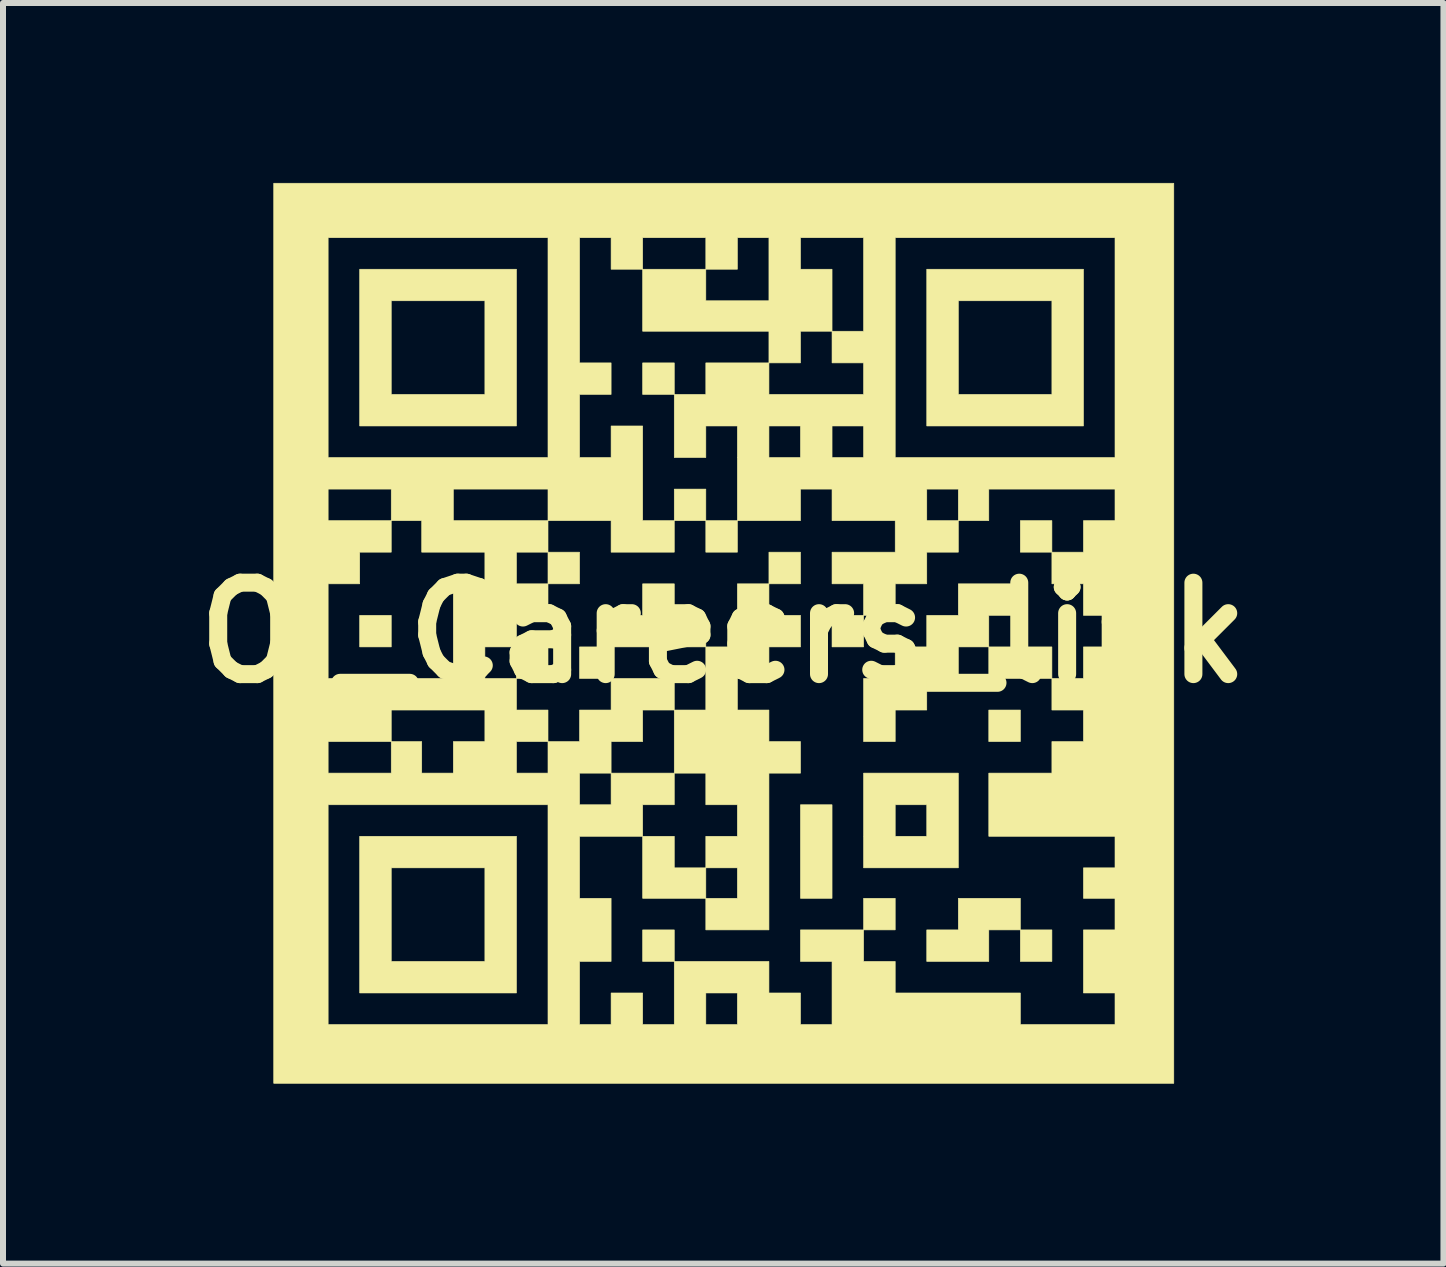
<source format=kicad_pcb>
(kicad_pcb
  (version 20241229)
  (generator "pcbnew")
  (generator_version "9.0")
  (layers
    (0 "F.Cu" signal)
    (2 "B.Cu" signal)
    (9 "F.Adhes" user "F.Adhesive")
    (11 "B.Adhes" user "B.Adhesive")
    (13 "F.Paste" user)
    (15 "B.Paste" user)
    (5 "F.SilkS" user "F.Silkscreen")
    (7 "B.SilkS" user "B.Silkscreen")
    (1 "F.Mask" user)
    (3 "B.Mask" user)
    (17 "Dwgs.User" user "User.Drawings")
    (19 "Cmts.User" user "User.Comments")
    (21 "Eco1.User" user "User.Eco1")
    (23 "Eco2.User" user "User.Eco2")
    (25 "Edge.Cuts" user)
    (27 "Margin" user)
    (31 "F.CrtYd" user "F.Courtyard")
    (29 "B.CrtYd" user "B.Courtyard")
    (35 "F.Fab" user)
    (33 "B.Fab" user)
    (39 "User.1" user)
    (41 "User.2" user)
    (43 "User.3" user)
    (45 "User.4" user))
  (footprint "OI_Careers_link"
    (layer "F.Cu")
    (at 9.006 7.498)
    (property "Reference" "OI_Careers_link" (at 0 0 0) (layer "F.SilkS") (effects (font (size 1.524 1.524) (thickness 0.3))))
    (attr through_hole)
    (fp_poly (pts (xy -5.534 0.236) (xy -6.06 0.236) (xy -6.06 -0.29) (xy -5.534 -0.29) (xy -5.534 0.236)) (stroke (width 0.01) (type solid)) (fill yes) (layer "F.SilkS"))
    (fp_poly (pts (xy -2.921 0.762) (xy -3.447 0.762) (xy -3.447 0.236) (xy -2.921 0.236) (xy -2.921 0.762)) (stroke (width 0.01) (type solid)) (fill yes) (layer "F.SilkS"))
    (fp_poly (pts (xy -2.395 -0.816) (xy -2.921 -0.816) (xy -2.921 -1.343) (xy -2.395 -1.343) (xy -2.395 -0.816)) (stroke (width 0.01) (type solid)) (fill yes) (layer "F.SilkS"))
    (fp_poly (pts (xy -1.869 0.762) (xy -2.395 0.762) (xy -2.395 0.236) (xy -1.869 0.236) (xy -1.869 0.762)) (stroke (width 0.01) (type solid)) (fill yes) (layer "F.SilkS"))
    (fp_poly (pts (xy -0.816 -3.973) (xy -1.343 -3.973) (xy -1.343 -4.499) (xy -0.816 -4.499) (xy -0.816 -3.973)) (stroke (width 0.01) (type solid)) (fill yes) (layer "F.SilkS"))
    (fp_poly (pts (xy -0.816 -1.869) (xy -0.816 -2.395) (xy -0.29 -2.395) (xy -0.29 -1.869) (xy -0.816 -1.869)) (stroke (width 0.01) (type solid)) (fill yes) (layer "F.SilkS"))
    (fp_poly (pts (xy -0.816 5.479) (xy -1.343 5.479) (xy -1.343 4.953) (xy -0.816 4.953) (xy -0.816 5.479)) (stroke (width 0.01) (type solid)) (fill yes) (layer "F.SilkS"))
    (fp_poly (pts (xy 0.236 -1.869) (xy 0.236 -1.343) (xy -0.29 -1.343) (xy -0.29 -1.869) (xy 0.236 -1.869)) (stroke (width 0.01) (type solid)) (fill yes) (layer "F.SilkS"))
    (fp_poly (pts (xy 0.762 -1.343) (xy 1.288 -1.343) (xy 1.288 -0.816) (xy 0.762 -0.816) (xy 0.762 -1.343)) (stroke (width 0.01) (type solid)) (fill yes) (layer "F.SilkS"))
    (fp_poly (pts (xy 1.814 4.427) (xy 1.288 4.427) (xy 1.288 2.867) (xy 1.814 2.867) (xy 1.814 4.427)) (stroke (width 0.01) (type solid)) (fill yes) (layer "F.SilkS"))
    (fp_poly (pts (xy 2.34 0.236) (xy 1.814 0.236) (xy 1.814 -0.29) (xy 2.34 -0.29) (xy 2.34 0.236)) (stroke (width 0.01) (type solid)) (fill yes) (layer "F.SilkS"))
    (fp_poly (pts (xy 2.867 4.953) (xy 2.34 4.953) (xy 2.34 4.427) (xy 2.867 4.427) (xy 2.867 4.953)) (stroke (width 0.01) (type solid)) (fill yes) (layer "F.SilkS"))
    (fp_poly (pts (xy 4.953 1.814) (xy 4.427 1.814) (xy 4.427 1.288) (xy 4.953 1.288) (xy 4.953 1.814)) (stroke (width 0.01) (type solid)) (fill yes) (layer "F.SilkS"))
    (fp_poly (pts (xy 5.479 -1.343) (xy 4.953 -1.343) (xy 4.953 -1.869) (xy 5.479 -1.869) (xy 5.479 -1.343)) (stroke (width 0.01) (type solid)) (fill yes) (layer "F.SilkS"))
    (fp_poly (pts (xy 5.479 0.762) (xy 4.427 0.762) (xy 4.427 0.236) (xy 5.479 0.236) (xy 5.479 0.762)) (stroke (width 0.01) (type solid)) (fill yes) (layer "F.SilkS"))
    (fp_poly (pts (xy 5.479 5.479) (xy 4.953 5.479) (xy 4.953 4.953) (xy 5.479 4.953) (xy 5.479 5.479)) (stroke (width 0.01) (type solid)) (fill yes) (layer "F.SilkS"))
    (fp_poly (pts (xy -1.869 -0.29) (xy -1.343 -0.29) (xy -1.343 -0.816) (xy -0.816 -0.816) (xy -0.816 -0.29) (xy -0.29 -0.29) (xy -0.29 0.236) (xy -1.869 0.236) (xy -1.869 -0.29)) (stroke (width 0.01) (type solid)) (fill yes) (layer "F.SilkS"))
    (fp_poly (pts (xy 4.953 4.953) (xy 4.427 4.953) (xy 4.427 5.479) (xy 3.393 5.479) (xy 3.393 4.953) (xy 3.919 4.953) (xy 3.919 4.427) (xy 4.953 4.427) (xy 4.953 4.953)) (stroke (width 0.01) (type solid)) (fill yes) (layer "F.SilkS"))
    (fp_poly (pts (xy -3.447 -3.447) (xy -6.06 -3.447) (xy -6.06 -5.534) (xy -5.534 -5.534) (xy -5.534 -3.973) (xy -3.973 -3.973) (xy -3.973 -5.534) (xy -5.534 -5.534) (xy -6.06 -5.534) (xy -6.06 -6.06) (xy -3.447 -6.06) (xy -3.447 -3.447)) (stroke (width 0.01) (type solid)) (fill yes) (layer "F.SilkS"))
    (fp_poly (pts (xy -3.447 6.005) (xy -6.06 6.005) (xy -6.06 3.919) (xy -5.534 3.919) (xy -5.534 5.479) (xy -3.973 5.479) (xy -3.973 3.919) (xy -5.534 3.919) (xy -6.06 3.919) (xy -6.06 3.393) (xy -3.447 3.393) (xy -3.447 6.005)) (stroke (width 0.01) (type solid)) (fill yes) (layer "F.SilkS"))
    (fp_poly (pts (xy 3.919 3.919) (xy 2.34 3.919) (xy 2.34 2.867) (xy 2.867 2.867) (xy 2.867 3.393) (xy 3.393 3.393) (xy 3.393 2.867) (xy 2.867 2.867) (xy 2.34 2.867) (xy 2.34 2.34) (xy 3.919 2.34) (xy 3.919 3.919)) (stroke (width 0.01) (type solid)) (fill yes) (layer "F.SilkS"))
    (fp_poly (pts (xy 6.005 -3.447) (xy 3.393 -3.447) (xy 3.393 -5.534) (xy 3.919 -5.534) (xy 3.919 -3.973) (xy 5.479 -3.973) (xy 5.479 -5.534) (xy 3.919 -5.534) (xy 3.393 -5.534) (xy 3.393 -6.06) (xy 6.005 -6.06) (xy 6.005 -3.447)) (stroke (width 0.01) (type solid)) (fill yes) (layer "F.SilkS"))
    (fp_poly (pts (xy 4.953 -0.29) (xy 4.427 -0.29) (xy 4.427 0.236) (xy 3.919 0.236) (xy 3.919 0.762) (xy 3.393 0.762) (xy 3.393 1.288) (xy 2.867 1.288) (xy 2.867 1.814) (xy 2.34 1.814) (xy 2.34 0.762) (xy 2.867 0.762) (xy 2.867 0.236) (xy 3.393 0.236) (xy 3.393 -0.29) (xy 3.919 -0.29) (xy 3.919 -0.816) (xy 4.953 -0.816) (xy 4.953 -0.29)) (stroke (width 0.01) (type solid)) (fill yes) (layer "F.SilkS"))
    (fp_poly (pts (xy 0.236 0.236) (xy 0.236 -0.816) (xy 0.762 -0.816) (xy 0.762 -0.29) (xy 1.288 -0.29) (xy 1.288 0.236) (xy 0.762 0.236) (xy 0.762 0.762) (xy 0.236 0.762) (xy 0.236 1.288) (xy 0.762 1.288) (xy 0.762 1.814) (xy 1.288 1.814) (xy 1.288 2.34) (xy 0.762 2.34) (xy 0.762 4.953) (xy -0.29 4.953) (xy -0.29 4.427) (xy -1.343 4.427) (xy -1.343 3.393) (xy -0.816 3.393) (xy -0.816 3.919) (xy -0.29 3.919) (xy -0.29 4.427) (xy 0.236 4.427) (xy 0.236 3.919) (xy -0.29 3.919) (xy -0.29 3.393) (xy 0.236 3.393) (xy 0.236 2.867) (xy -0.29 2.867) (xy -0.29 2.34) (xy -0.816 2.34) (xy -0.816 1.288) (xy -0.29 1.288) (xy -0.29 0.236) (xy 0.236 0.236)) (stroke (width 0.01) (type solid)) (fill yes) (layer "F.SilkS"))
    (fp_poly (pts (xy 7.511 7.511) (xy -7.493 7.511) (xy -7.493 2.867) (xy -6.586 2.867) (xy -6.586 6.531) (xy -2.921 6.531) (xy -2.921 2.867) (xy -6.586 2.867) (xy -7.493 2.867) (xy -7.493 1.814) (xy -6.586 1.814) (xy -6.586 2.34) (xy -5.534 2.34) (xy -5.534 1.814) (xy -6.586 1.814) (xy -7.493 1.814) (xy -7.493 1.288) (xy -5.534 1.288) (xy -5.534 1.814) (xy -5.026 1.814) (xy -5.026 2.34) (xy -4.499 2.34) (xy -4.499 1.814) (xy -3.973 1.814) (xy -3.447 1.814) (xy -3.447 2.34) (xy -2.921 2.34) (xy -2.395 2.34) (xy -2.395 2.867) (xy -1.869 2.867) (xy -1.869 2.34) (xy -2.395 2.34) (xy -2.921 2.34) (xy -2.921 1.814) (xy -3.447 1.814) (xy -3.973 1.814) (xy -3.973 1.288) (xy -5.534 1.288) (xy -7.493 1.288) (xy -7.493 -0.816) (xy -6.586 -0.816) (xy -6.586 0.762) (xy -4.499 0.762) (xy -4.499 0.236) (xy -3.973 0.236) (xy -3.973 0.762) (xy -3.447 0.762) (xy -3.447 1.288) (xy -2.921 1.288) (xy -2.921 1.814) (xy -2.395 1.814) (xy -2.395 1.288) (xy -1.869 1.288) (xy -1.869 0.762) (xy -0.816 0.762) (xy -0.816 1.288) (xy -1.343 1.288) (xy -1.343 1.814) (xy -1.869 1.814) (xy -1.869 2.34) (xy -0.816 2.34) (xy -0.816 2.867) (xy -1.343 2.867) (xy -1.343 3.393) (xy -2.395 3.393) (xy -2.395 4.427) (xy -1.869 4.427) (xy -1.869 5.479) (xy -2.395 5.479) (xy -2.395 6.531) (xy -1.869 6.531) (xy -1.869 6.005) (xy -1.343 6.005) (xy -1.343 6.531) (xy -0.816 6.531) (xy -0.816 6.005) (xy -0.29 6.005) (xy -0.29 6.531) (xy 0.236 6.531) (xy 0.236 6.005) (xy -0.29 6.005) (xy -0.816 6.005) (xy -0.816 5.479) (xy 0.762 5.479) (xy 0.762 6.005) (xy 1.288 6.005) (xy 1.288 6.531) (xy 1.814 6.531) (xy 1.814 5.479) (xy 1.288 5.479) (xy 1.288 4.953) (xy 2.34 4.953) (xy 2.34 5.479) (xy 2.867 5.479) (xy 2.867 6.005) (xy 4.953 6.005) (xy 4.953 6.531) (xy 6.531 6.531) (xy 6.531 6.005) (xy 6.005 6.005) (xy 6.005 4.953) (xy 6.531 4.953) (xy 6.531 4.427) (xy 6.005 4.427) (xy 6.005 3.919) (xy 6.531 3.919) (xy 6.531 3.393) (xy 4.427 3.393) (xy 4.427 2.34) (xy 5.479 2.34) (xy 5.479 1.814) (xy 6.005 1.814) (xy 6.005 1.288) (xy 5.479 1.288) (xy 5.479 0.762) (xy 6.005 0.762) (xy 6.005 0.236) (xy 6.531 0.236) (xy 6.531 -0.29) (xy 6.005 -0.29) (xy 6.005 -0.816) (xy 5.479 -0.816) (xy 5.479 -1.343) (xy 6.005 -1.343) (xy 6.005 -1.869) (xy 6.531 -1.869) (xy 6.531 -2.395) (xy 4.427 -2.395) (xy 4.427 -1.869) (xy 3.919 -1.869) (xy 3.919 -1.343) (xy 3.393 -1.343) (xy 3.393 -0.816) (xy 2.867 -0.816) (xy 2.867 -0.29) (xy 2.34 -0.29) (xy 2.34 -0.816) (xy 1.814 -0.816) (xy 1.814 -1.343) (xy 2.867 -1.343) (xy 2.867 -1.869) (xy 1.814 -1.869) (xy 1.814 -2.395) (xy 3.393 -2.395) (xy 3.393 -1.869) (xy 3.919 -1.869) (xy 3.919 -2.395) (xy 3.393 -2.395) (xy 1.814 -2.395) (xy 1.288 -2.395) (xy 1.288 -1.869) (xy 0.236 -1.869) (xy 0.236 -3.447) (xy 0.762 -3.447) (xy 0.762 -2.921) (xy 1.288 -2.921) (xy 1.288 -3.447) (xy 1.814 -3.447) (xy 1.814 -2.921) (xy 2.34 -2.921) (xy 2.34 -3.447) (xy 1.814 -3.447) (xy 1.288 -3.447) (xy 0.762 -3.447) (xy 0.236 -3.447) (xy -0.29 -3.447) (xy -0.29 -2.921) (xy -0.816 -2.921) (xy -0.816 -3.973) (xy -0.29 -3.973) (xy -0.29 -4.499) (xy 0.762 -4.499) (xy 0.762 -3.973) (xy 2.34 -3.973) (xy 2.34 -4.499) (xy 1.814 -4.499) (xy 1.814 -5.026) (xy 1.288 -5.026) (xy 1.288 -4.499) (xy 0.762 -4.499) (xy 0.762 -5.026) (xy -1.343 -5.026) (xy -1.343 -5.534) (xy -0.29 -5.534) (xy 0.762 -5.534) (xy 0.762 -6.586) (xy 1.288 -6.586) (xy 1.288 -6.06) (xy 1.814 -6.06) (xy 1.814 -5.026) (xy 2.34 -5.026) (xy 2.34 -6.586) (xy 2.867 -6.586) (xy 2.867 -2.921) (xy 6.531 -2.921) (xy 6.531 -6.586) (xy 2.867 -6.586) (xy 2.34 -6.586) (xy 1.288 -6.586) (xy 0.762 -6.586) (xy 0.236 -6.586) (xy 0.236 -6.06) (xy -0.29 -6.06) (xy -0.29 -5.534) (xy -1.343 -5.534) (xy -1.343 -6.06) (xy -1.869 -6.06) (xy -1.869 -6.586) (xy -1.343 -6.586) (xy -1.343 -6.06) (xy -0.29 -6.06) (xy -0.29 -6.586) (xy -1.343 -6.586) (xy -1.869 -6.586) (xy -2.395 -6.586) (xy -2.395 -4.499) (xy -1.869 -4.499) (xy -1.869 -3.973) (xy -2.395 -3.973) (xy -2.395 -2.921) (xy -1.869 -2.921) (xy -1.869 -3.447) (xy -1.343 -3.447) (xy -1.343 -1.869) (xy -0.816 -1.869) (xy -0.816 -1.343) (xy -1.869 -1.343) (xy -1.869 -1.869) (xy -2.921 -1.869) (xy -2.921 -1.343) (xy -3.447 -1.343) (xy -3.447 -0.816) (xy -2.921 -0.816) (xy -2.921 -0.29) (xy -3.447 -0.29) (xy -3.447 0.236) (xy -3.973 0.236) (xy -4.499 0.236) (xy -4.499 -0.816) (xy -3.973 -0.816) (xy -3.973 -1.343) (xy -5.026 -1.343) (xy -5.026 -1.869) (xy -5.534 -1.869) (xy -5.534 -1.343) (xy -6.06 -1.343) (xy -6.06 -0.816) (xy -6.586 -0.816) (xy -7.493 -0.816) (xy -7.493 -2.395) (xy -6.586 -2.395) (xy -6.586 -1.869) (xy -5.534 -1.869) (xy -5.534 -2.395) (xy -4.499 -2.395) (xy -4.499 -1.869) (xy -2.921 -1.869) (xy -2.921 -2.395) (xy -4.499 -2.395) (xy -5.534 -2.395) (xy -6.586 -2.395) (xy -7.493 -2.395) (xy -7.493 -6.586) (xy -6.586 -6.586) (xy -6.586 -2.921) (xy -2.921 -2.921) (xy -2.921 -6.586) (xy -6.586 -6.586) (xy -7.493 -6.586) (xy -7.493 -7.493) (xy 7.511 -7.493) (xy 7.511 7.511)) (stroke (width 0.01) (type solid)) (fill yes) (layer "F.SilkS")))
  (gr_rect
    (start -3 -3)
    (end 21.012 18.014)
    (stroke (width 0.1) (type default))
    (fill no)
    (layer "Edge.Cuts")))
</source>
